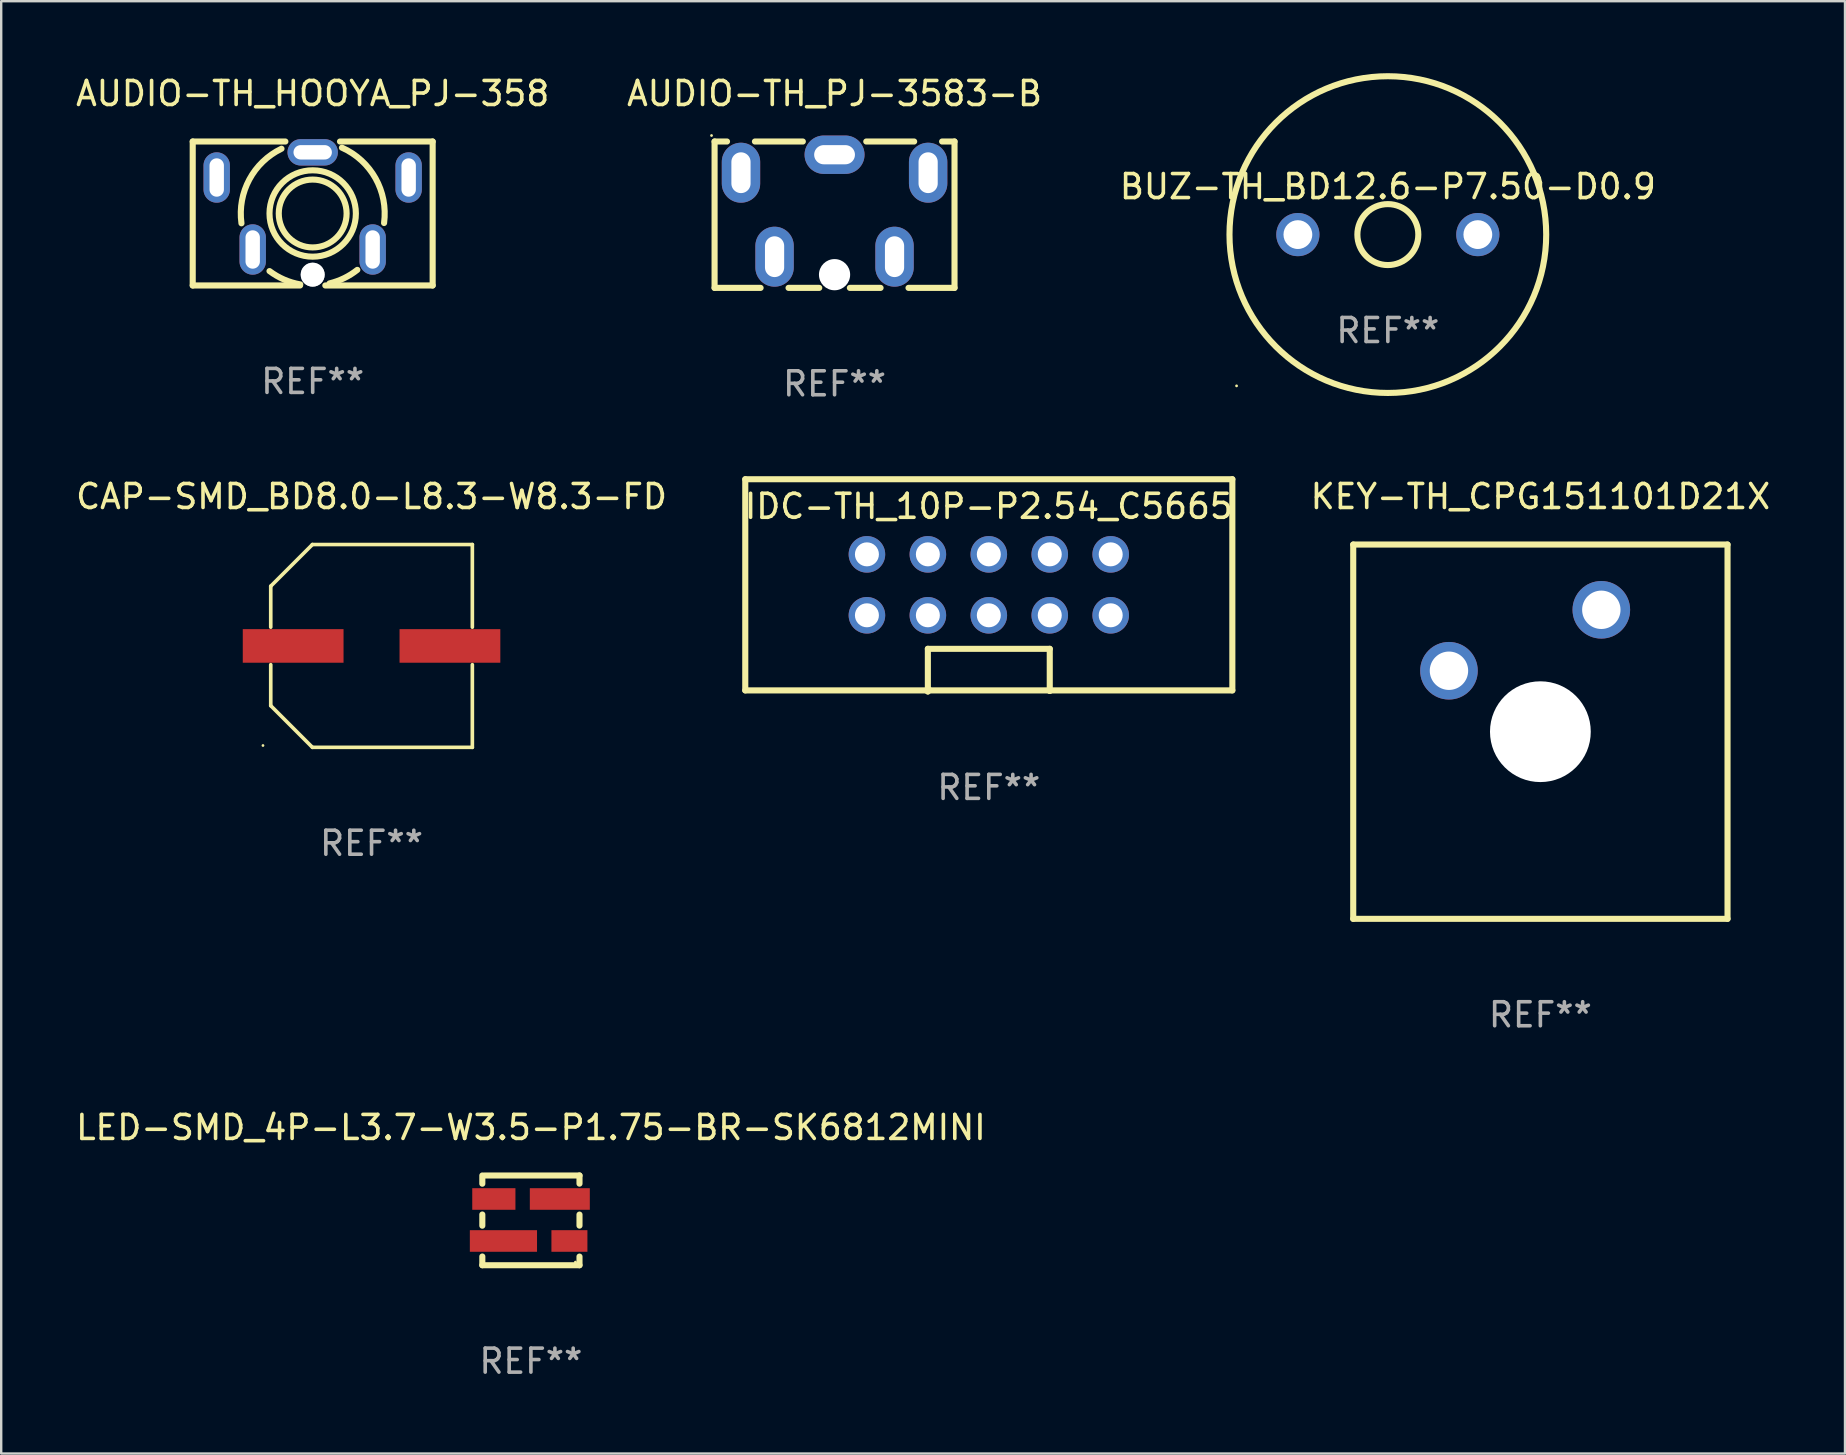
<source format=kicad_pcb>
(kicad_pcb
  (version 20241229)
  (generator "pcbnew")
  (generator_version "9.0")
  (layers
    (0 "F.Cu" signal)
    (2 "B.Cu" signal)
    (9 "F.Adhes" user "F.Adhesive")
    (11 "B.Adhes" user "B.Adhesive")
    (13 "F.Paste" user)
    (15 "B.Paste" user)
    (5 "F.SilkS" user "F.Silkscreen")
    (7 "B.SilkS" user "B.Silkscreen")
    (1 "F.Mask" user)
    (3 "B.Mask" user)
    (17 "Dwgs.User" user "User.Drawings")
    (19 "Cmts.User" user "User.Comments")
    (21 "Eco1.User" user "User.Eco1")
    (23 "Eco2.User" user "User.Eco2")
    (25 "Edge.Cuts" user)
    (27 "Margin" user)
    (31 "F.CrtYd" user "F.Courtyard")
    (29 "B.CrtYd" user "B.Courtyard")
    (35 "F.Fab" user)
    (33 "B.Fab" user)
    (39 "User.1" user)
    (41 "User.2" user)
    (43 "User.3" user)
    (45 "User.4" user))
  (footprint "BUZ-TH_BD12.6-P7.50-D0.9"
    (layer "F.Cu")
    (at 54.792 6.727)
    (property "Reference" "BUZ-TH_BD12.6-P7.50-D0.9" (at 0 -2 0) (layer "F.SilkS") (effects (font (size 1 1) (thickness 0.15))))
    (attr through_hole)
    (fp_circle (center -6.305 6.305) (end -6.275 6.305) (stroke (width 0.06) (type solid)) (fill no) (layer "F.SilkS"))
    (fp_circle (center -0.000127 0) (end 1.27 0) (stroke (width 0.254) (type solid)) (fill no) (layer "F.SilkS"))
    (fp_circle (center -0.000127 0) (end 6.6 0) (stroke (width 0.254) (type solid)) (fill no) (layer "F.SilkS"))
    (fp_text user "REF**" (at 0 4 0) (layer "F.Fab") (effects (font (size 1 1) (thickness 0.15))))
    (pad "1" thru_hole circle (at -3.75 0) (size 1.8 1.8) (drill 1.2) (layers "*.Cu" "*.Mask"))
    (pad "2" thru_hole circle (at 3.75 0) (size 1.8 1.8) (drill 1.2) (layers "*.Cu" "*.Mask")))
  (footprint "AUDIO-TH_HOOYA_PJ-358"
    (layer "F.Cu")
    (at 9.982 5.323)
    (property "Reference" "AUDIO-TH_HOOYA_PJ-358" (at 0 -4.475 0) (layer "F.SilkS") (effects (font (size 1 1) (thickness 0.15))))
    (attr through_hole)
    (fp_line (start -5 -2.475) (end -5 3.525) (stroke (width 0.254) (type solid)) (layer "F.SilkS"))
    (fp_line (start -5 -2.475) (end -1.138 -2.475) (stroke (width 0.254) (type solid)) (layer "F.SilkS"))
    (fp_line (start -5 3.525) (end -0.526 3.525) (stroke (width 0.254) (type solid)) (layer "F.SilkS"))
    (fp_line (start 0.526 3.525) (end 5 3.525) (stroke (width 0.254) (type solid)) (layer "F.SilkS"))
    (fp_line (start 1.138 -2.475) (end 5 -2.475) (stroke (width 0.254) (type solid)) (layer "F.SilkS"))
    (fp_line (start 5 -2.475) (end 5 3.525) (stroke (width 0.254) (type solid)) (layer "F.SilkS"))
    (fp_arc (start -2.968555 0.934341) (mid -2.64051 -0.892032) (end -1.3 -2.175108) (stroke (width 0.254001) (type solid)) (layer "F.SilkS"))
    (fp_arc (start -0.518364 3.479756) (mid -1.19192 3.277943) (end -1.8 2.924892) (stroke (width 0.254001) (type solid)) (layer "F.SilkS"))
    (fp_arc (start 1.219101 -2.218059) (mid 2.619677 -0.940468) (end 2.975336 0.921616) (stroke (width 0.254001) (type solid)) (layer "F.SilkS"))
    (fp_arc (start 1.860046 2.874422) (mid 1.312201 3.218991) (end 0.70315 3.437897) (stroke (width 0.254001) (type solid)) (layer "F.SilkS"))
    (fp_circle (center -5 -2.475) (end -4.97 -2.475) (stroke (width 0.06) (type solid)) (fill no) (layer "F.SilkS"))
    (fp_circle (center 0 0.525) (end 1.414 0.525) (stroke (width 0.254) (type solid)) (fill no) (layer "F.SilkS"))
    (fp_circle (center 0 0.525) (end 1.8 0.525) (stroke (width 0.254) (type solid)) (fill no) (layer "F.SilkS"))
    (fp_circle (center 0 3.075) (end 0.25 3.075) (stroke (width 0.5) (type solid)) (fill no) (layer "F.Fab"))
    (fp_text user "REF**" (at 0 7.525 0) (layer "F.Fab") (effects (font (size 1 1) (thickness 0.15))))
    (pad "" np_thru_hole circle (at 0 3.075) (size 1 1) (drill 1) (layers "*.Cu" "*.Mask"))
    (pad "2" thru_hole oval (at 0 -2.025 90) (size 1.1 2.1) (drill oval 0.6 1.6) (layers "*.Cu" "*.Mask"))
    (pad "3" thru_hole oval (at -4 -0.975 180) (size 1.1 2.1) (drill oval 0.6 1.6) (layers "*.Cu" "*.Mask"))
    (pad "4" thru_hole oval (at -2.5 2.025 180) (size 1.1 2.1) (drill oval 0.6 1.6) (layers "*.Cu" "*.Mask"))
    (pad "5" thru_hole oval (at 2.5 2.025 180) (size 1.1 2.1) (drill oval 0.6 1.6) (layers "*.Cu" "*.Mask"))
    (pad "6" thru_hole oval (at 4 -0.975 180) (size 1.1 2.1) (drill oval 0.6 1.6) (layers "*.Cu" "*.Mask")))
  (footprint "IDC-TH_10P-P2.54_C5665"
    (layer "F.Cu")
    (at 38.161 21.324)
    (property "Reference" "IDC-TH_10P-P2.54_C5665" (at 0 -3.27 0) (layer "F.SilkS") (effects (font (size 1 1) (thickness 0.15))))
    (attr through_hole)
    (fp_line (start -10.15 -4.4) (end -10.15 4.4) (stroke (width 0.254) (type solid)) (layer "F.SilkS"))
    (fp_line (start -10.15 4.4) (end 10.15 4.4) (stroke (width 0.254) (type solid)) (layer "F.SilkS"))
    (fp_line (start -2.54 2.667) (end -2.54 4.445) (stroke (width 0.254) (type solid)) (layer "F.SilkS"))
    (fp_line (start -2.54 2.667) (end 2.54 2.667) (stroke (width 0.254) (type solid)) (layer "F.SilkS"))
    (fp_line (start -2.54 4.445) (end -2.489 4.369) (stroke (width 0.254) (type solid)) (layer "F.SilkS"))
    (fp_line (start 2.54 2.667) (end 2.54 4.42) (stroke (width 0.254) (type solid)) (layer "F.SilkS"))
    (fp_line (start 2.54 4.42) (end 2.54 4.369) (stroke (width 0.254) (type solid)) (layer "F.SilkS"))
    (fp_line (start 10.15 -4.4) (end -10.15 -4.4) (stroke (width 0.254) (type solid)) (layer "F.SilkS"))
    (fp_line (start 10.15 4.4) (end 10.15 -4.4) (stroke (width 0.254) (type solid)) (layer "F.SilkS"))
    (fp_circle (center -10.15 4.4) (end -10.12 4.4) (stroke (width 0.06) (type solid)) (fill no) (layer "F.SilkS"))
    (fp_text user "REF**" (at 0 8.445 0) (layer "F.Fab") (effects (font (size 1 1) (thickness 0.15))))
    (pad "1" thru_hole circle (at -5.08 1.27) (size 1.524 1.524) (drill 1) (layers "*.Cu" "*.Mask"))
    (pad "2" thru_hole circle (at -5.08 -1.27) (size 1.524 1.524) (drill 1) (layers "*.Cu" "*.Mask"))
    (pad "3" thru_hole circle (at -2.54 1.27) (size 1.524 1.524) (drill 1) (layers "*.Cu" "*.Mask"))
    (pad "4" thru_hole circle (at -2.54 -1.27) (size 1.524 1.524) (drill 1) (layers "*.Cu" "*.Mask"))
    (pad "5" thru_hole circle (at 0 1.27) (size 1.524 1.524) (drill 1) (layers "*.Cu" "*.Mask"))
    (pad "6" thru_hole circle (at 0 -1.27) (size 1.524 1.524) (drill 1) (layers "*.Cu" "*.Mask"))
    (pad "7" thru_hole circle (at 2.54 1.27) (size 1.524 1.524) (drill 1) (layers "*.Cu" "*.Mask"))
    (pad "8" thru_hole circle (at 2.54 -1.27) (size 1.524 1.524) (drill 1) (layers "*.Cu" "*.Mask"))
    (pad "9" thru_hole circle (at 5.08 1.27) (size 1.524 1.524) (drill 1) (layers "*.Cu" "*.Mask"))
    (pad "10" thru_hole circle (at 5.08 -1.27) (size 1.524 1.524) (drill 1) (layers "*.Cu" "*.Mask")))
  (footprint "AUDIO-TH_PJ-3583-B"
    (layer "F.Cu")
    (at 31.732 5.523)
    (property "Reference" "AUDIO-TH_PJ-3583-B" (at 0 -4.675 0) (layer "F.SilkS") (effects (font (size 1 1) (thickness 0.15))))
    (attr through_hole)
    (fp_line (start -5 -2.675) (end -5 3.425) (stroke (width 0.254) (type solid)) (layer "F.SilkS"))
    (fp_line (start -5 3.425) (end -3.082 3.425) (stroke (width 0.254) (type solid)) (layer "F.SilkS"))
    (fp_line (start -4.482 -2.675) (end -5 -2.675) (stroke (width 0.254) (type solid)) (layer "F.SilkS"))
    (fp_line (start -1.918 3.425) (end -0.638 3.425) (stroke (width 0.254) (type solid)) (layer "F.SilkS"))
    (fp_line (start -1.322 -2.675) (end -3.318 -2.675) (stroke (width 0.254) (type solid)) (layer "F.SilkS"))
    (fp_line (start 0.638 3.425) (end 1.918 3.425) (stroke (width 0.254) (type solid)) (layer "F.SilkS"))
    (fp_line (start 3.082 3.425) (end 5 3.425) (stroke (width 0.254) (type solid)) (layer "F.SilkS"))
    (fp_line (start 3.318 -2.675) (end 1.322 -2.675) (stroke (width 0.254) (type solid)) (layer "F.SilkS"))
    (fp_line (start 5 -2.675) (end 4.482 -2.675) (stroke (width 0.254) (type solid)) (layer "F.SilkS"))
    (fp_line (start 5 -2.675) (end 5 3.425) (stroke (width 0.254) (type solid)) (layer "F.SilkS"))
    (fp_circle (center -5.127 -2.925) (end -5.097 -2.925) (stroke (width 0.06) (type solid)) (fill no) (layer "F.SilkS"))
    (fp_text user "REF**" (at 0 7.425 0) (layer "F.Fab") (effects (font (size 1 1) (thickness 0.15))))
    (pad "" np_thru_hole circle (at 0 2.875) (size 1.3 1.3) (drill 1.3) (layers "*.Cu" "*.Mask"))
    (pad "2" thru_hole oval (at 0 -2.125 90) (size 1.6 2.5) (drill oval 0.8 1.7) (layers "*.Cu" "*.Mask"))
    (pad "3" thru_hole oval (at -3.9 -1.375 180) (size 1.6 2.5) (drill oval 0.8 1.7) (layers "*.Cu" "*.Mask"))
    (pad "4" thru_hole oval (at -2.5 2.125) (size 1.6 2.5) (drill oval 0.8 1.7) (layers "*.Cu" "*.Mask"))
    (pad "5" thru_hole oval (at 2.5 2.125) (size 1.6 2.5) (drill oval 0.8 1.7) (layers "*.Cu" "*.Mask"))
    (pad "6" thru_hole oval (at 3.9 -1.375) (size 1.6 2.5) (drill oval 0.8 1.7) (layers "*.Cu" "*.Mask")))
  (footprint "CAP-SMD_BD8.0-L8.3-W8.3-FD"
    (layer "F.Cu")
    (at 12.435 23.871)
    (property "Reference" "CAP-SMD_BD8.0-L8.3-W8.3-FD" (at 0 -6.226 0) (layer "F.SilkS") (effects (font (size 1 1) (thickness 0.15))))
    (attr through_hole)
    (fp_line (start -4.201 -2.49) (end -4.201 -0.782) (stroke (width 0.152) (type solid)) (layer "F.SilkS"))
    (fp_line (start -4.201 2.49) (end -4.201 0.782) (stroke (width 0.152) (type solid)) (layer "F.SilkS"))
    (fp_line (start -2.465 -4.226) (end -4.201 -2.49) (stroke (width 0.152) (type solid)) (layer "F.SilkS"))
    (fp_line (start -2.465 4.226) (end -4.201 2.49) (stroke (width 0.152) (type solid)) (layer "F.SilkS"))
    (fp_line (start 4.201 -4.226) (end -2.465 -4.226) (stroke (width 0.152) (type solid)) (layer "F.SilkS"))
    (fp_line (start 4.201 -0.782) (end 4.201 -4.226) (stroke (width 0.152) (type solid)) (layer "F.SilkS"))
    (fp_line (start 4.201 0.782) (end 4.201 4.226) (stroke (width 0.152) (type solid)) (layer "F.SilkS"))
    (fp_line (start 4.201 4.226) (end -2.465 4.226) (stroke (width 0.152) (type solid)) (layer "F.SilkS"))
    (fp_circle (center -4.525 4.15) (end -4.495 4.15) (stroke (width 0.06) (type solid)) (fill no) (layer "F.SilkS"))
    (fp_text user "REF**" (at 0 8.226 0) (layer "F.Fab") (effects (font (size 1 1) (thickness 0.15))))
    (pad "1" smd rect (at -3.267 0) (size 4.2 1.4) (layers "F.Cu" "F.Mask" "F.Paste"))
    (pad "2" smd rect (at 3.267 0) (size 4.2 1.4) (layers "F.Cu" "F.Mask" "F.Paste")))
  (footprint "LED-SMD_4P-L3.7-W3.5-P1.75-BR-SK6812MINI"
    (layer "F.Cu")
    (at 19.107 47.796)
    (property "Reference" "LED-SMD_4P-L3.7-W3.5-P1.75-BR-SK6812MINI" (at -0.03 -3.855 0) (layer "F.SilkS") (effects (font (size 1 1) (thickness 0.15))))
    (attr through_hole)
    (fp_line (start -2.055 -1.512) (end -2.055 -1.855) (stroke (width 0.254) (type solid)) (layer "F.SilkS"))
    (fp_line (start -2.055 0.238) (end -2.055 -0.228) (stroke (width 0.254) (type solid)) (layer "F.SilkS"))
    (fp_line (start -2.055 1.885) (end -2.055 1.522) (stroke (width 0.254) (type solid)) (layer "F.SilkS"))
    (fp_line (start -1.955 -1.855) (end 1.995 -1.855) (stroke (width 0.254) (type solid)) (layer "F.SilkS"))
    (fp_line (start 1.995 -1.855) (end 1.995 -1.515) (stroke (width 0.254) (type solid)) (layer "F.SilkS"))
    (fp_line (start 1.995 -0.225) (end 1.995 0.235) (stroke (width 0.254) (type solid)) (layer "F.SilkS"))
    (fp_line (start 1.995 1.525) (end 1.995 1.885) (stroke (width 0.254) (type solid)) (layer "F.SilkS"))
    (fp_line (start 1.995 1.885) (end -2.055 1.885) (stroke (width 0.254) (type solid)) (layer "F.SilkS"))
    (fp_circle (center 1.825 1.755) (end 1.855 1.755) (stroke (width 0.06) (type solid)) (fill no) (layer "F.SilkS"))
    (fp_text user "REF**" (at -0.03 5.885 0) (layer "F.Fab") (effects (font (size 1 1) (thickness 0.15))))
    (pad "1" smd rect (at 1.575 0.875 180) (size 1.5 0.9) (layers "F.Cu" "F.Mask" "F.Paste"))
    (pad "2" smd rect (at 1.175 -0.875 180) (size 2.5 0.9) (layers "F.Cu" "F.Mask" "F.Paste"))
    (pad "3" smd rect (at -1.575 -0.875 180) (size 1.8 0.9) (layers "F.Cu" "F.Mask" "F.Paste"))
    (pad "4" smd rect (at -1.175 0.875 180) (size 2.8 0.9) (layers "F.Cu" "F.Mask" "F.Paste")))
  (footprint "KEY-TH_CPG151101D21X"
    (layer "F.Cu")
    (at 60.514 23.635)
    (property "Reference" "KEY-TH_CPG151101D21X" (at 0.635 -5.99 0) (layer "F.SilkS") (effects (font (size 1 1) (thickness 0.15))))
    (attr through_hole)
    (fp_line (start -7.165 -3.99) (end -7.165 11.61) (stroke (width 0.254) (type solid)) (layer "F.SilkS"))
    (fp_line (start -7.165 -3.99) (end 8.435 -3.99) (stroke (width 0.254) (type solid)) (layer "F.SilkS"))
    (fp_line (start -7.165 11.61) (end 8.435 11.61) (stroke (width 0.254) (type solid)) (layer "F.SilkS"))
    (fp_line (start 8.435 -3.99) (end 8.435 11.61) (stroke (width 0.254) (type solid)) (layer "F.SilkS"))
    (fp_circle (center -6.365 11.61) (end -6.335 11.61) (stroke (width 0.06) (type solid)) (fill no) (layer "F.SilkS"))
    (fp_circle (center 0.635 3.81) (end 1.598 3.81) (stroke (width 1.925) (type solid)) (fill no) (layer "F.Fab"))
    (fp_text user "REF**" (at 0.635 15.61 0) (layer "F.Fab") (effects (font (size 1 1) (thickness 0.15))))
    (pad "" np_thru_hole circle (at 0.635 3.81) (size 4.2 4.2) (drill 4.2) (layers "*.Cu" "*.Mask"))
    (pad "1" thru_hole circle (at -3.175 1.27) (size 2.4 2.4) (drill 1.6) (layers "*.Cu" "*.Mask"))
    (pad "2" thru_hole circle (at 3.175 -1.27) (size 2.4 2.4) (drill 1.6) (layers "*.Cu" "*.Mask")))
  (gr_rect
    (start -3 -3)
    (end 73.845 57.53)
    (stroke (width 0.1) (type default))
    (fill no)
    (layer "Edge.Cuts")))
</source>
